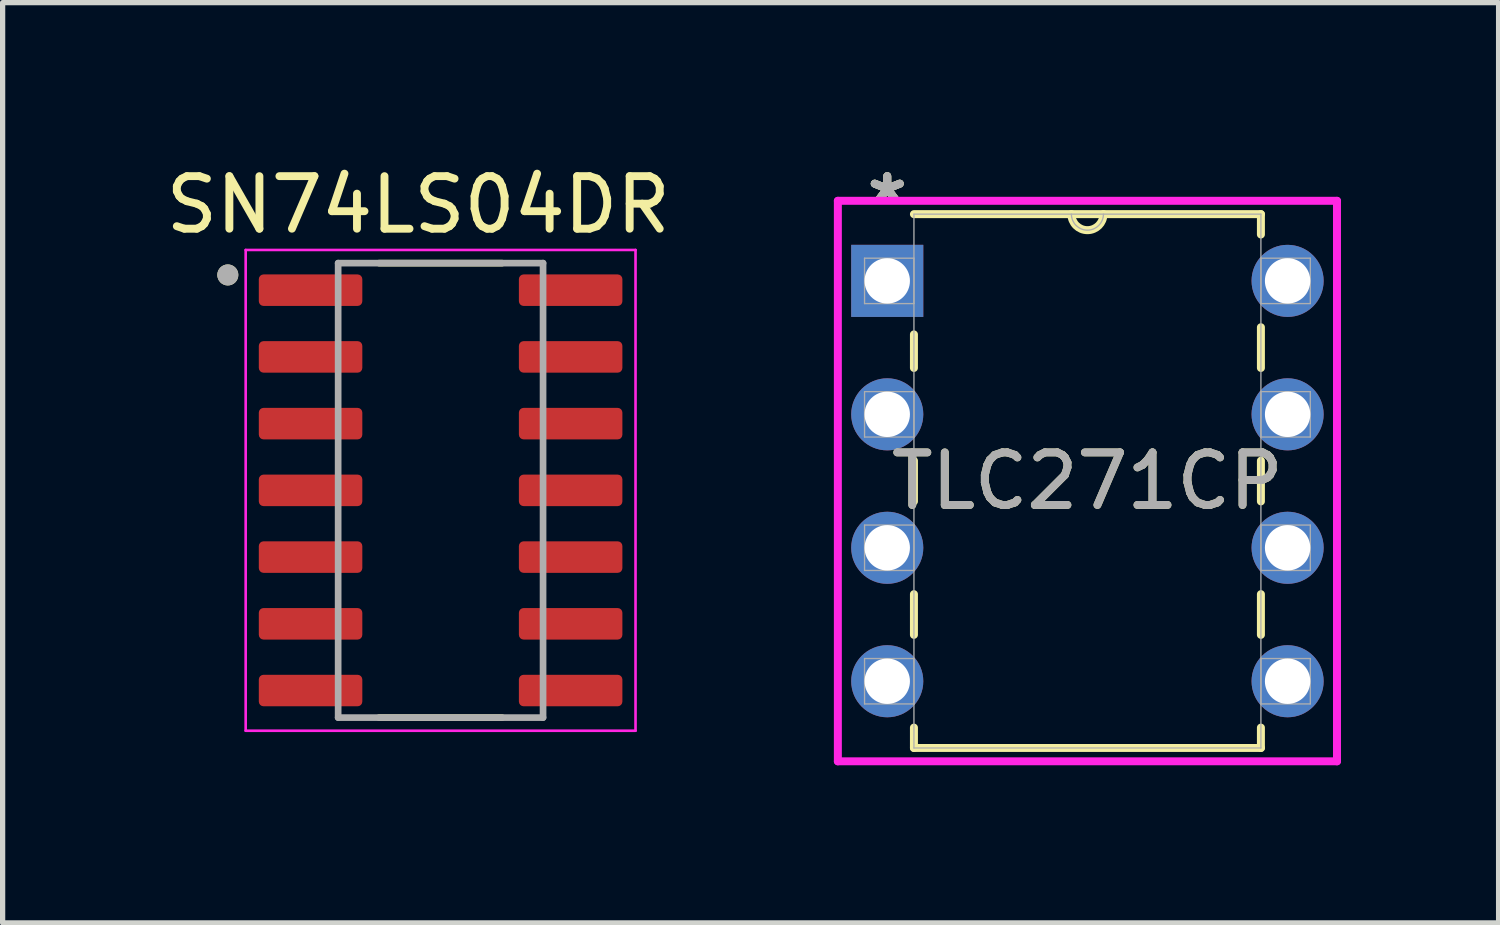
<source format=kicad_pcb>
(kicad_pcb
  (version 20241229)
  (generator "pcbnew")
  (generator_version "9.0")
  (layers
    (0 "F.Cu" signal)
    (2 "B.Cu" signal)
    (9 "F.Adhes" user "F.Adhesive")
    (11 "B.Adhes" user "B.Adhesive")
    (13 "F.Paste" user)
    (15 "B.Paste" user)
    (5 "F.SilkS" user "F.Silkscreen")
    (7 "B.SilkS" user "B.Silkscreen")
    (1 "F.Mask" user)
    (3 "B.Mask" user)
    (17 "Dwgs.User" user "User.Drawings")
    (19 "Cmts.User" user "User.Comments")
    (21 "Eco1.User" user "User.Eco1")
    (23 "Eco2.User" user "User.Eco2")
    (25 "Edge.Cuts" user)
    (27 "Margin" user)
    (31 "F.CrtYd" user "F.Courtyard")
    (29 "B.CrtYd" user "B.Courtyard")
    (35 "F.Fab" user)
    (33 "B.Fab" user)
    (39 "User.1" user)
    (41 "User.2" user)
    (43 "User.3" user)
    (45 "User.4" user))
  (footprint "SN74LS04DR"
    (layer "F.Cu")
    (at 5.336 6.283)
    (property "Reference" "SN74LS04DR" (at -0.425 -5.435 0) (layer "F.SilkS") (effects (font (size 1 1) (thickness 0.15))))
    (attr smd)
    (fp_line (start -1.17 -4.325) (end 1.17 -4.325) (stroke (width 0.127) (type solid)) (layer "F.SilkS"))
    (fp_line (start -1.17 4.325) (end 1.17 4.325) (stroke (width 0.127) (type solid)) (layer "F.SilkS"))
    (fp_circle (center -4.05 -4.1) (end -3.95 -4.1) (stroke (width 0.2) (type solid)) (fill no) (layer "F.SilkS"))
    (fp_line (start -3.71 -4.575) (end 3.71 -4.575) (stroke (width 0.05) (type solid)) (layer "F.CrtYd"))
    (fp_line (start -3.71 4.575) (end -3.71 -4.575) (stroke (width 0.05) (type solid)) (layer "F.CrtYd"))
    (fp_line (start 3.71 -4.575) (end 3.71 4.575) (stroke (width 0.05) (type solid)) (layer "F.CrtYd"))
    (fp_line (start 3.71 4.575) (end -3.71 4.575) (stroke (width 0.05) (type solid)) (layer "F.CrtYd"))
    (fp_line (start -1.95 -4.325) (end 1.95 -4.325) (stroke (width 0.127) (type solid)) (layer "F.Fab"))
    (fp_line (start -1.95 4.325) (end -1.95 -4.325) (stroke (width 0.127) (type solid)) (layer "F.Fab"))
    (fp_line (start 1.95 -4.325) (end 1.95 4.325) (stroke (width 0.127) (type solid)) (layer "F.Fab"))
    (fp_line (start 1.95 4.325) (end -1.95 4.325) (stroke (width 0.127) (type solid)) (layer "F.Fab"))
    (fp_circle (center -4.05 -4.1) (end -3.95 -4.1) (stroke (width 0.2) (type solid)) (fill no) (layer "F.Fab"))
    (pad "1" smd roundrect (at -2.475 -3.81) (size 1.97 0.6) (layers "F.Cu" "F.Mask" "F.Paste") (roundrect_rratio 0.15))
    (pad "2" smd roundrect (at -2.475 -2.54) (size 1.97 0.6) (layers "F.Cu" "F.Mask" "F.Paste") (roundrect_rratio 0.15))
    (pad "3" smd roundrect (at -2.475 -1.27) (size 1.97 0.6) (layers "F.Cu" "F.Mask" "F.Paste") (roundrect_rratio 0.15))
    (pad "4" smd roundrect (at -2.475 0) (size 1.97 0.6) (layers "F.Cu" "F.Mask" "F.Paste") (roundrect_rratio 0.15))
    (pad "5" smd roundrect (at -2.475 1.27) (size 1.97 0.6) (layers "F.Cu" "F.Mask" "F.Paste") (roundrect_rratio 0.15))
    (pad "6" smd roundrect (at -2.475 2.54) (size 1.97 0.6) (layers "F.Cu" "F.Mask" "F.Paste") (roundrect_rratio 0.15))
    (pad "7" smd roundrect (at -2.475 3.81) (size 1.97 0.6) (layers "F.Cu" "F.Mask" "F.Paste") (roundrect_rratio 0.15))
    (pad "8" smd roundrect (at 2.475 3.81) (size 1.97 0.6) (layers "F.Cu" "F.Mask" "F.Paste") (roundrect_rratio 0.15))
    (pad "9" smd roundrect (at 2.475 2.54) (size 1.97 0.6) (layers "F.Cu" "F.Mask" "F.Paste") (roundrect_rratio 0.15))
    (pad "10" smd roundrect (at 2.475 1.27) (size 1.97 0.6) (layers "F.Cu" "F.Mask" "F.Paste") (roundrect_rratio 0.15))
    (pad "11" smd roundrect (at 2.475 0) (size 1.97 0.6) (layers "F.Cu" "F.Mask" "F.Paste") (roundrect_rratio 0.15))
    (pad "12" smd roundrect (at 2.475 -1.27) (size 1.97 0.6) (layers "F.Cu" "F.Mask" "F.Paste") (roundrect_rratio 0.15))
    (pad "13" smd roundrect (at 2.475 -2.54) (size 1.97 0.6) (layers "F.Cu" "F.Mask" "F.Paste") (roundrect_rratio 0.15))
    (pad "14" smd roundrect (at 2.475 -3.81) (size 1.97 0.6) (layers "F.Cu" "F.Mask" "F.Paste") (roundrect_rratio 0.15)))
  (footprint "TLC271CP"
    (layer "F.Cu")
    (at 21.457 9.916)
    (property "Reference" "TLC271CP" (at -3.81 -3.81 0) (unlocked yes) (layer "F.SilkS") (effects (font (size 1 1) (thickness 0.15))))
    (attr through_hole)
    (fp_line (start -7.112 -6.601) (end -7.112 -5.963) (stroke (width 0.152) (type solid)) (layer "F.SilkS"))
    (fp_line (start -7.112 -4.197) (end -7.112 -3.423) (stroke (width 0.152) (type solid)) (layer "F.SilkS"))
    (fp_line (start -7.112 -1.657) (end -7.112 -0.883) (stroke (width 0.152) (type solid)) (layer "F.SilkS"))
    (fp_line (start -7.112 0.883) (end -7.112 1.27) (stroke (width 0.152) (type solid)) (layer "F.SilkS"))
    (fp_line (start -7.112 1.27) (end -0.508 1.27) (stroke (width 0.152) (type solid)) (layer "F.SilkS"))
    (fp_line (start -0.508 -8.89) (end -7.112 -8.89) (stroke (width 0.152) (type solid)) (layer "F.SilkS"))
    (fp_line (start -0.508 -8.503) (end -0.508 -8.89) (stroke (width 0.152) (type solid)) (layer "F.SilkS"))
    (fp_line (start -0.508 -5.963) (end -0.508 -6.737) (stroke (width 0.152) (type solid)) (layer "F.SilkS"))
    (fp_line (start -0.508 -3.423) (end -0.508 -4.197) (stroke (width 0.152) (type solid)) (layer "F.SilkS"))
    (fp_line (start -0.508 -0.883) (end -0.508 -1.657) (stroke (width 0.152) (type solid)) (layer "F.SilkS"))
    (fp_line (start -0.508 1.27) (end -0.508 0.883) (stroke (width 0.152) (type solid)) (layer "F.SilkS"))
    (fp_arc (start -3.5052 -8.89) (mid -3.81 -8.5852) (end -4.1148 -8.89) (stroke (width 0.1524) (type solid)) (layer "F.SilkS"))
    (fp_line (start -8.56 -9.144) (end -8.56 1.524) (stroke (width 0.152) (type solid)) (layer "F.CrtYd"))
    (fp_line (start -8.56 1.524) (end 0.94 1.524) (stroke (width 0.152) (type solid)) (layer "F.CrtYd"))
    (fp_line (start 0.94 -9.144) (end -8.56 -9.144) (stroke (width 0.152) (type solid)) (layer "F.CrtYd"))
    (fp_line (start 0.94 1.524) (end 0.94 -9.144) (stroke (width 0.152) (type solid)) (layer "F.CrtYd"))
    (fp_line (start -8.052 -8.052) (end -8.052 -7.188) (stroke (width 0.025) (type solid)) (layer "F.Fab"))
    (fp_line (start -8.052 -7.188) (end -7.112 -7.188) (stroke (width 0.025) (type solid)) (layer "F.Fab"))
    (fp_line (start -8.052 -5.512) (end -8.052 -4.648) (stroke (width 0.025) (type solid)) (layer "F.Fab"))
    (fp_line (start -8.052 -4.648) (end -7.112 -4.648) (stroke (width 0.025) (type solid)) (layer "F.Fab"))
    (fp_line (start -8.052 -2.972) (end -8.052 -2.108) (stroke (width 0.025) (type solid)) (layer "F.Fab"))
    (fp_line (start -8.052 -2.108) (end -7.112 -2.108) (stroke (width 0.025) (type solid)) (layer "F.Fab"))
    (fp_line (start -8.052 -0.432) (end -8.052 0.432) (stroke (width 0.025) (type solid)) (layer "F.Fab"))
    (fp_line (start -8.052 0.432) (end -7.112 0.432) (stroke (width 0.025) (type solid)) (layer "F.Fab"))
    (fp_line (start -7.112 -8.89) (end -7.112 1.27) (stroke (width 0.025) (type solid)) (layer "F.Fab"))
    (fp_line (start -7.112 -8.052) (end -8.052 -8.052) (stroke (width 0.025) (type solid)) (layer "F.Fab"))
    (fp_line (start -7.112 -7.188) (end -7.112 -8.052) (stroke (width 0.025) (type solid)) (layer "F.Fab"))
    (fp_line (start -7.112 -5.512) (end -8.052 -5.512) (stroke (width 0.025) (type solid)) (layer "F.Fab"))
    (fp_line (start -7.112 -4.648) (end -7.112 -5.512) (stroke (width 0.025) (type solid)) (layer "F.Fab"))
    (fp_line (start -7.112 -2.972) (end -8.052 -2.972) (stroke (width 0.025) (type solid)) (layer "F.Fab"))
    (fp_line (start -7.112 -2.108) (end -7.112 -2.972) (stroke (width 0.025) (type solid)) (layer "F.Fab"))
    (fp_line (start -7.112 -0.432) (end -8.052 -0.432) (stroke (width 0.025) (type solid)) (layer "F.Fab"))
    (fp_line (start -7.112 0.432) (end -7.112 -0.432) (stroke (width 0.025) (type solid)) (layer "F.Fab"))
    (fp_line (start -7.112 1.27) (end -0.508 1.27) (stroke (width 0.025) (type solid)) (layer "F.Fab"))
    (fp_line (start -0.508 -8.89) (end -7.112 -8.89) (stroke (width 0.025) (type solid)) (layer "F.Fab"))
    (fp_line (start -0.508 -8.052) (end -0.508 -7.188) (stroke (width 0.025) (type solid)) (layer "F.Fab"))
    (fp_line (start -0.508 -7.188) (end 0.432 -7.188) (stroke (width 0.025) (type solid)) (layer "F.Fab"))
    (fp_line (start -0.508 -5.512) (end -0.508 -4.648) (stroke (width 0.025) (type solid)) (layer "F.Fab"))
    (fp_line (start -0.508 -4.648) (end 0.432 -4.648) (stroke (width 0.025) (type solid)) (layer "F.Fab"))
    (fp_line (start -0.508 -2.972) (end -0.508 -2.108) (stroke (width 0.025) (type solid)) (layer "F.Fab"))
    (fp_line (start -0.508 -2.108) (end 0.432 -2.108) (stroke (width 0.025) (type solid)) (layer "F.Fab"))
    (fp_line (start -0.508 -0.432) (end -0.508 0.432) (stroke (width 0.025) (type solid)) (layer "F.Fab"))
    (fp_line (start -0.508 0.432) (end 0.432 0.432) (stroke (width 0.025) (type solid)) (layer "F.Fab"))
    (fp_line (start -0.508 1.27) (end -0.508 -8.89) (stroke (width 0.025) (type solid)) (layer "F.Fab"))
    (fp_line (start 0.432 -8.052) (end -0.508 -8.052) (stroke (width 0.025) (type solid)) (layer "F.Fab"))
    (fp_line (start 0.432 -7.188) (end 0.432 -8.052) (stroke (width 0.025) (type solid)) (layer "F.Fab"))
    (fp_line (start 0.432 -5.512) (end -0.508 -5.512) (stroke (width 0.025) (type solid)) (layer "F.Fab"))
    (fp_line (start 0.432 -4.648) (end 0.432 -5.512) (stroke (width 0.025) (type solid)) (layer "F.Fab"))
    (fp_line (start 0.432 -2.972) (end -0.508 -2.972) (stroke (width 0.025) (type solid)) (layer "F.Fab"))
    (fp_line (start 0.432 -2.108) (end 0.432 -2.972) (stroke (width 0.025) (type solid)) (layer "F.Fab"))
    (fp_line (start 0.432 -0.432) (end -0.508 -0.432) (stroke (width 0.025) (type solid)) (layer "F.Fab"))
    (fp_line (start 0.432 0.432) (end 0.432 -0.432) (stroke (width 0.025) (type solid)) (layer "F.Fab"))
    (fp_arc (start -3.5052 -8.89) (mid -3.81 -8.5852) (end -4.1148 -8.89) (stroke (width 0.0254) (type solid)) (layer "F.Fab"))
    (fp_text user "*" (at -7.62 -9.068 0) (unlocked yes) (layer "F.SilkS") (effects (font (size 1 1) (thickness 0.15))))
    (fp_text user "*" (at -7.62 -9.068 0) (layer "F.SilkS") (effects (font (size 1 1) (thickness 0.15))))
    (fp_text user "*" (at -7.62 -9.068 0) (unlocked yes) (layer "F.Fab") (effects (font (size 1 1) (thickness 0.15))))
    (fp_text user "*" (at -7.62 -9.068 0) (layer "F.Fab") (effects (font (size 1 1) (thickness 0.15))))
    (fp_text user "${REFERENCE}" (at -3.81 -3.81 0) (unlocked yes) (layer "F.Fab") (effects (font (size 1 1) (thickness 0.15))))
    (pad "1" thru_hole rect (at -7.62 -7.62) (size 1.372 1.372) (drill 0.864) (layers "*.Cu" "*.Mask"))
    (pad "2" thru_hole circle (at -7.62 -5.08) (size 1.372 1.372) (drill 0.864) (layers "*.Cu" "*.Mask"))
    (pad "3" thru_hole circle (at -7.62 -2.54) (size 1.372 1.372) (drill 0.864) (layers "*.Cu" "*.Mask"))
    (pad "4" thru_hole circle (at -7.62 0) (size 1.372 1.372) (drill 0.864) (layers "*.Cu" "*.Mask"))
    (pad "5" thru_hole circle (at 0 0) (size 1.372 1.372) (drill 0.864) (layers "*.Cu" "*.Mask"))
    (pad "6" thru_hole circle (at 0 -2.54) (size 1.372 1.372) (drill 0.864) (layers "*.Cu" "*.Mask"))
    (pad "7" thru_hole circle (at 0 -5.08) (size 1.372 1.372) (drill 0.864) (layers "*.Cu" "*.Mask"))
    (pad "8" thru_hole circle (at 0 -7.62) (size 1.372 1.372) (drill 0.864) (layers "*.Cu" "*.Mask")))
  (gr_rect
    (start -3 -3)
    (end 25.473 14.516)
    (stroke (width 0.1) (type default))
    (fill no)
    (layer "Edge.Cuts")))
</source>
